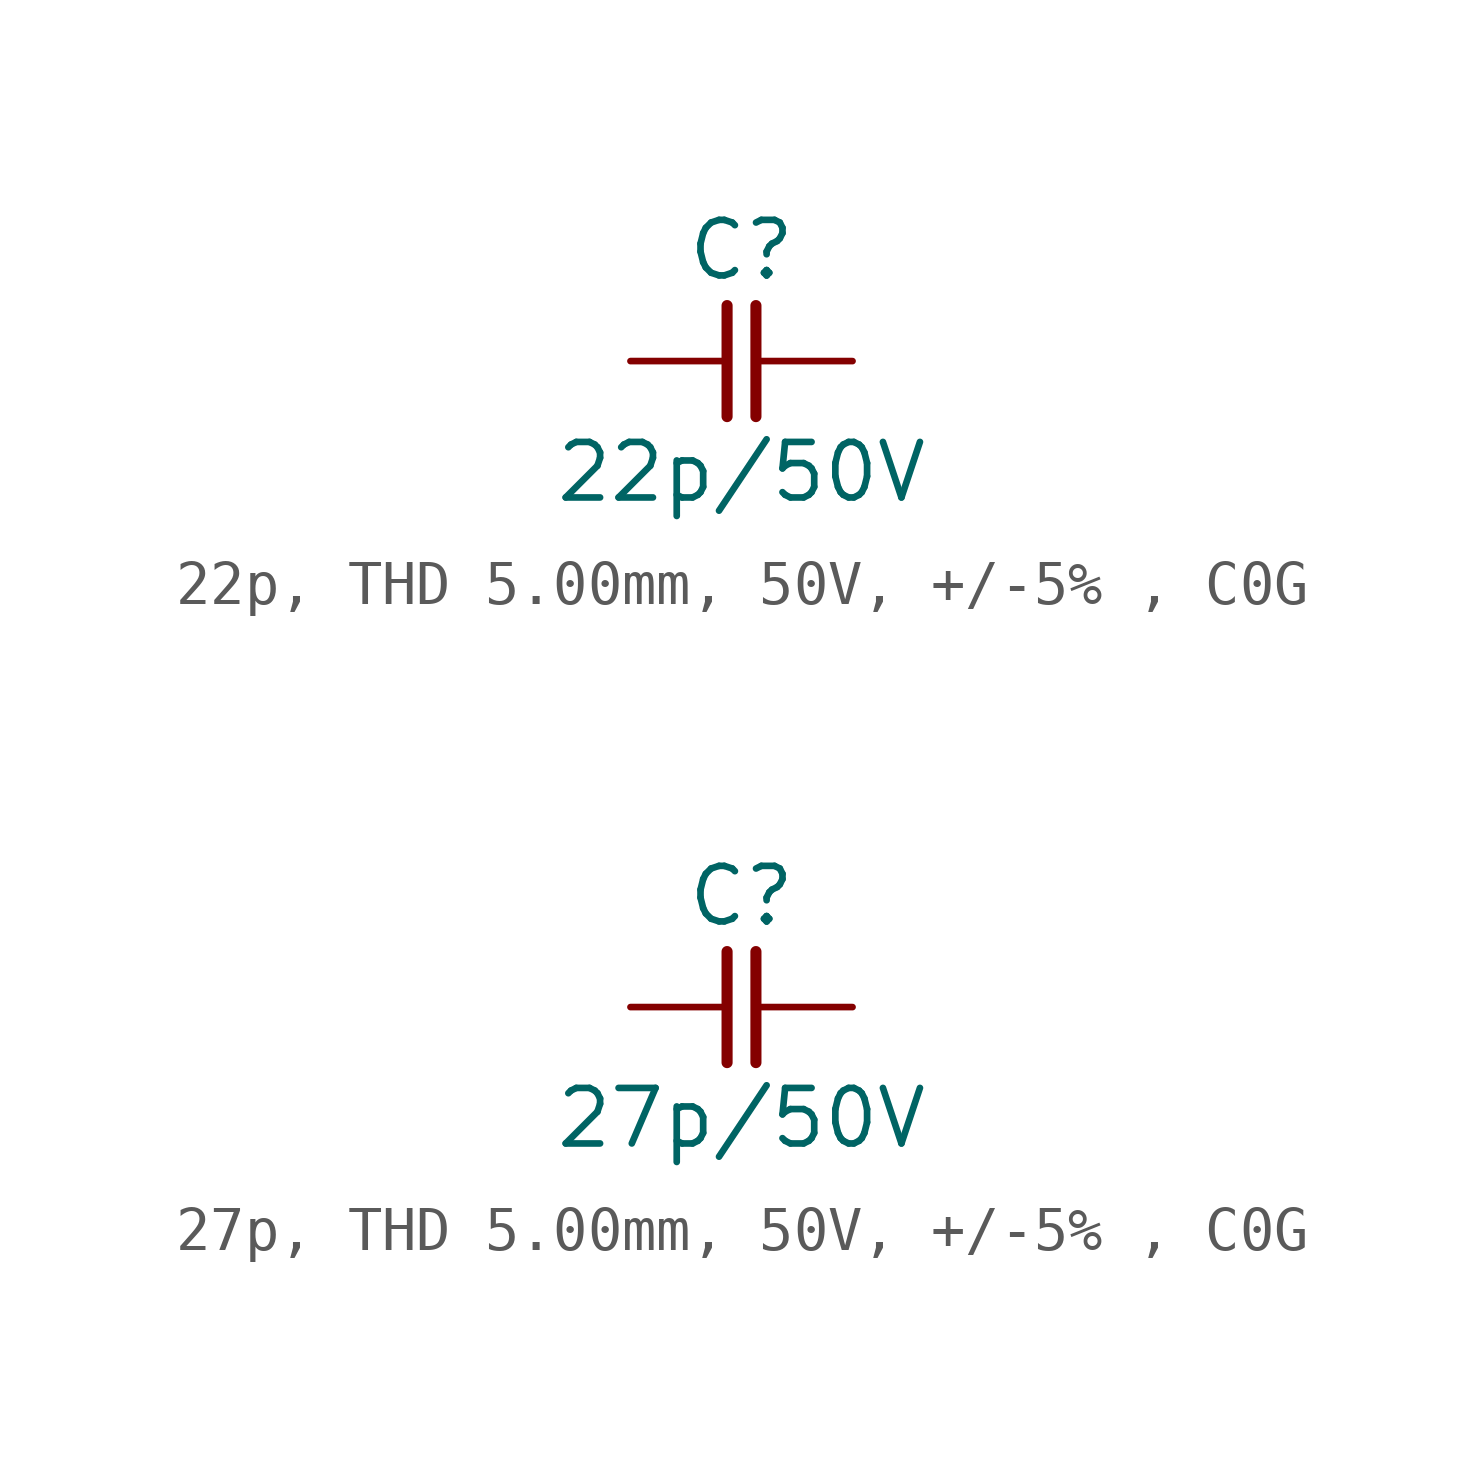
<source format=kicad_sym>
(kicad_symbol_lib
  (version 20220914)
  (generator kicad_symbol_editor)
  (symbol "22p, THD 5.00mm, 50V, +/-5% , C0G"
    (pin_numbers hide)
    (pin_names
      (offset 0) hide)
    (property "Reference" "C"
      (at 0 2.54 0)
      (effects (font (size 1.27 1.27))))
    (property "Value" "22p/50V"
      (at 0 -2.54 0)
      (effects (font (size 1.27 1.27))))
    (symbol "22p, THD 5.00mm, 50V, +/-5% , C0G_0_1"
      (polyline (pts (xy -0.33 1.27) (xy -0.33 -1.27)) (stroke (width 0.254) (type default)) (fill (type none)))
      (polyline (pts (xy 0.33 1.27) (xy 0.33 -1.27)) (stroke (width 0.254) (type default)) (fill (type none))))
    (symbol "22p, THD 5.00mm, 50V, +/-5% , C0G_1_1"
      (pin passive line (at -2.54 0 0) (length 2.21) (name "1" (effects (font (size 1.27 1.27)))) (number "1" (effects (font (size 1.27 1.27)))))
      (pin passive line (at 2.54 0 180) (length 2.21) (name "2" (effects (font (size 1.27 1.27)))) (number "2" (effects (font (size 1.27 1.27)))))))
  (symbol "27p, THD 5.00mm, 50V, +/-5% , C0G"
    (pin_numbers hide)
    (pin_names
      (offset 0) hide)
    (property "Reference" "C"
      (at 0 2.54 0)
      (effects (font (size 1.27 1.27))))
    (property "Value" "27p/50V"
      (at 0 -2.54 0)
      (effects (font (size 1.27 1.27))))
    (symbol "27p, THD 5.00mm, 50V, +/-5% , C0G_0_1"
      (polyline (pts (xy -0.33 1.27) (xy -0.33 -1.27)) (stroke (width 0.254) (type default)) (fill (type none)))
      (polyline (pts (xy 0.33 1.27) (xy 0.33 -1.27)) (stroke (width 0.254) (type default)) (fill (type none))))
    (symbol "27p, THD 5.00mm, 50V, +/-5% , C0G_1_1"
      (pin passive line (at -2.54 0 0) (length 2.21) (name "1" (effects (font (size 1.27 1.27)))) (number "1" (effects (font (size 1.27 1.27)))))
      (pin passive line (at 2.54 0 180) (length 2.21) (name "2" (effects (font (size 1.27 1.27)))) (number "2" (effects (font (size 1.27 1.27))))))))
</source>
